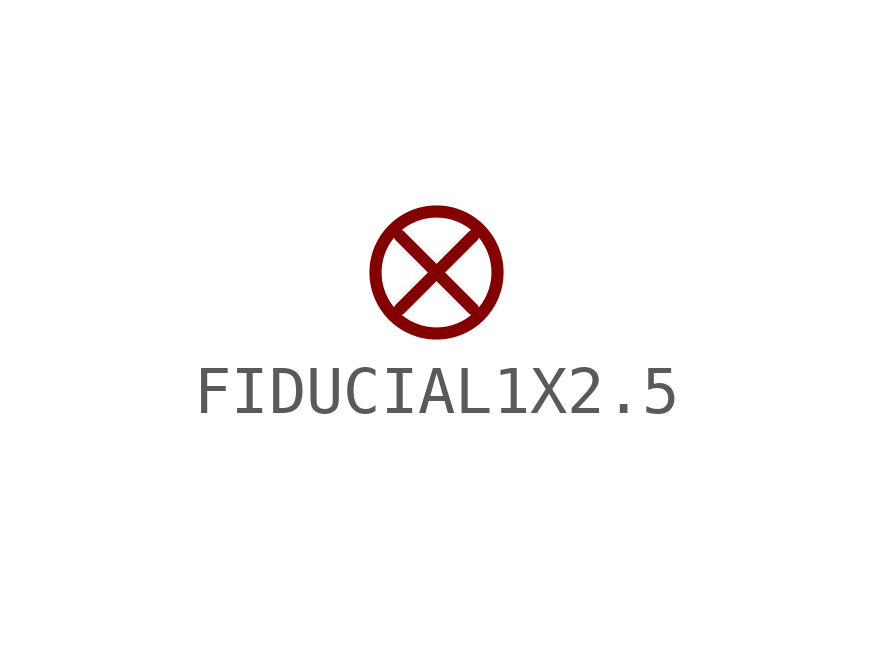
<source format=kicad_sym>
(kicad_symbol_lib
  (version 20211014)
  (generator kicad_symbol_editor)
  (symbol "FIDUCIAL1X2.5"
    (property "Reference" "FID"
      (at 0 0 0)
      (effects (font (size 1.27 1.27)) hide))
    (property "ki_locked" ""
      (at 0 0 0)
      (effects (font (size 1.27 1.27))))
    (symbol "FIDUCIAL1X2.5_1_0"
      (polyline (pts (xy -0.762 0.762) (xy 0.762 -0.762)) (stroke (width 0.254) (type default) (color 0 0 0 0)) (fill (type none)))
      (polyline (pts (xy 0.762 0.762) (xy -0.762 -0.762)) (stroke (width 0.254) (type default) (color 0 0 0 0)) (fill (type none)))
      (circle (center 0 0) (radius 1.27) (stroke (width 0.254) (type default) (color 0 0 0 0)) (fill (type none))))))
</source>
